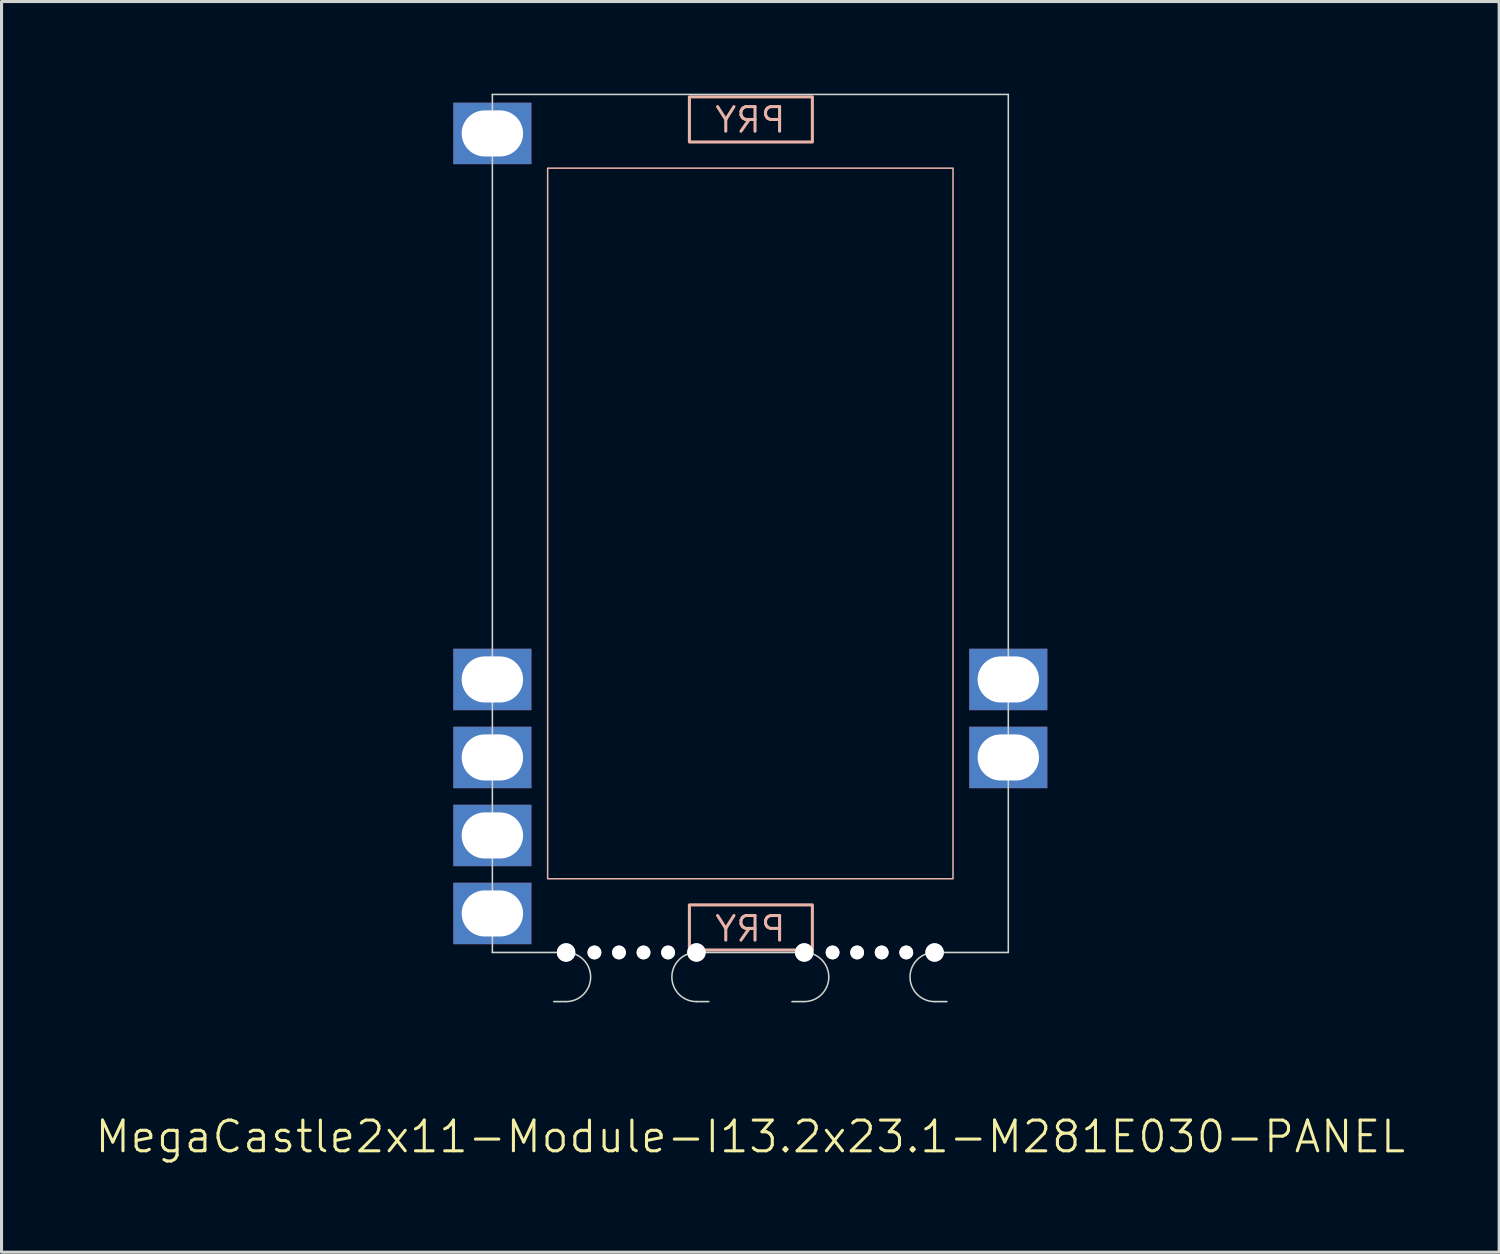
<source format=kicad_pcb>
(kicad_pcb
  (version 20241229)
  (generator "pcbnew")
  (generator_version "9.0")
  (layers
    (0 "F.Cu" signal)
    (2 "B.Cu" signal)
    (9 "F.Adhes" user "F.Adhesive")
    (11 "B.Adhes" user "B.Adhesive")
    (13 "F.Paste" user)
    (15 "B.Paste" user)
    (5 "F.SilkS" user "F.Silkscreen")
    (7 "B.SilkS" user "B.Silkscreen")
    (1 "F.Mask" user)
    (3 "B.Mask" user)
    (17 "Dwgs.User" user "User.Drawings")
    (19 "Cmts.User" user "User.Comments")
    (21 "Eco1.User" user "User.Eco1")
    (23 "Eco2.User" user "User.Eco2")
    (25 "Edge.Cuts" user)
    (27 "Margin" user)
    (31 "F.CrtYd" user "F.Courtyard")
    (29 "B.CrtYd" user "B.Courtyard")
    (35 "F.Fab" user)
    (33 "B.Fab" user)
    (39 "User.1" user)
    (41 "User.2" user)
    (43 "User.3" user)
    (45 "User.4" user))
  (footprint "MegaCastle2x11-Module-I13.2x23.1-M281E030-PANEL"
    (layer "F.Cu")
    (at 21.383 13.995)
    (property "Reference" "MegaCastle2x11-Module-I13.2x23.1-M281E030-PANEL" (at 0 19.97 0) (unlocked yes) (layer "F.SilkS") (effects (font (size 1 1) (thickness 0.1))))
    (attr smd)
    (fp_rect (start -6.6 11.57) (end 6.6 -11.57) (stroke (width 0.05) (type default)) (fill no) (layer "B.SilkS"))
    (fp_rect (start -1.984 -12.421) (end 2.02 -13.89) (stroke (width 0.1) (type default)) (fill no) (layer "B.SilkS"))
    (fp_rect (start -1.984 12.421) (end 2.02 13.89) (stroke (width 0.1) (type default)) (fill no) (layer "B.SilkS"))
    (fp_line (start -8.4 -13.97) (end -8.4 13.97) (stroke (width 0.05) (type default)) (layer "Edge.Cuts"))
    (fp_line (start -8.4 -13.97) (end 8.4 -13.97) (stroke (width 0.05) (type default)) (layer "Edge.Cuts"))
    (fp_line (start -8.4 13.97) (end -6.4 13.97) (stroke (width 0.05) (type default)) (layer "Edge.Cuts"))
    (fp_line (start -6.4 13.97) (end -6 13.97) (stroke (width 0.05) (type default)) (layer "Edge.Cuts"))
    (fp_line (start -6.4 15.57) (end -6 15.57) (stroke (width 0.05) (type default)) (layer "Edge.Cuts"))
    (fp_line (start -1.355 13.97) (end -1.755 13.97) (stroke (width 0.05) (type default)) (layer "Edge.Cuts"))
    (fp_line (start -1.355 13.97) (end 1.355 13.97) (stroke (width 0.05) (type default)) (layer "Edge.Cuts"))
    (fp_line (start -1.355 15.57) (end -1.755 15.57) (stroke (width 0.05) (type default)) (layer "Edge.Cuts"))
    (fp_line (start 1.355 13.97) (end 1.755 13.97) (stroke (width 0.05) (type default)) (layer "Edge.Cuts"))
    (fp_line (start 1.355 15.57) (end 1.755 15.57) (stroke (width 0.05) (type default)) (layer "Edge.Cuts"))
    (fp_line (start 6.4 13.97) (end 6 13.97) (stroke (width 0.05) (type default)) (layer "Edge.Cuts"))
    (fp_line (start 6.4 13.97) (end 8.4 13.97) (stroke (width 0.05) (type default)) (layer "Edge.Cuts"))
    (fp_line (start 6.4 15.57) (end 6 15.57) (stroke (width 0.05) (type default)) (layer "Edge.Cuts"))
    (fp_line (start 8.4 -13.97) (end 8.4 13.97) (stroke (width 0.05) (type default)) (layer "Edge.Cuts"))
    (fp_arc (start -6 13.97) (mid -5.2 14.77) (end -6 15.57) (stroke (width 0.05) (type default)) (layer "Edge.Cuts"))
    (fp_arc (start -1.755 15.57) (mid -2.555 14.77) (end -1.755 13.97) (stroke (width 0.05) (type default)) (layer "Edge.Cuts"))
    (fp_arc (start 1.755 13.97) (mid 2.555 14.77) (end 1.755 15.57) (stroke (width 0.05) (type default)) (layer "Edge.Cuts"))
    (fp_arc (start 6 15.57) (mid 5.2 14.77) (end 6 13.97) (stroke (width 0.05) (type default)) (layer "Edge.Cuts"))
    (fp_text user "PRY" (at 0 13.67 0) (unlocked yes) (layer "B.SilkS") (effects (font (size 0.8 0.8) (thickness 0.1)) (justify bottom mirror)))
    (fp_text user "PRY" (at 0 -12.67 0) (unlocked yes) (layer "B.SilkS") (effects (font (size 0.8 0.8) (thickness 0.1)) (justify bottom mirror)))
    (pad "" np_thru_hole circle (at -6 13.97) (size 0.6 0.6) (drill 0.6) (layers "*.Cu" "Edge.Cuts"))
    (pad "" np_thru_hole circle (at -5.077 13.97) (size 0.45 0.45) (drill 0.45) (layers "*.Cu" "Edge.Cuts"))
    (pad "" np_thru_hole circle (at -4.277 13.97) (size 0.45 0.45) (drill 0.45) (layers "*.Cu" "Edge.Cuts"))
    (pad "" np_thru_hole circle (at -3.478 13.97) (size 0.45 0.45) (drill 0.45) (layers "*.Cu" "Edge.Cuts"))
    (pad "" np_thru_hole circle (at -2.678 13.97) (size 0.45 0.45) (drill 0.45) (layers "*.Cu" "Edge.Cuts"))
    (pad "" np_thru_hole circle (at -1.755 13.97) (size 0.6 0.6) (drill 0.6) (layers "*.Cu" "Edge.Cuts"))
    (pad "" np_thru_hole circle (at 1.755 13.97) (size 0.6 0.6) (drill 0.6) (layers "*.Cu" "Edge.Cuts"))
    (pad "" np_thru_hole circle (at 2.678 13.97) (size 0.45 0.45) (drill 0.45) (layers "*.Cu" "Edge.Cuts"))
    (pad "" np_thru_hole circle (at 3.478 13.97) (size 0.45 0.45) (drill 0.45) (layers "*.Cu" "Edge.Cuts"))
    (pad "" np_thru_hole circle (at 4.277 13.97) (size 0.45 0.45) (drill 0.45) (layers "*.Cu" "Edge.Cuts"))
    (pad "" np_thru_hole circle (at 5.077 13.97) (size 0.45 0.45) (drill 0.45) (layers "*.Cu" "Edge.Cuts"))
    (pad "" np_thru_hole circle (at 6 13.97) (size 0.6 0.6) (drill 0.6) (layers "*.Cu" "Edge.Cuts"))
    (pad "1" thru_hole rect (at -8.4 -12.7) (size 2.54 2) (drill oval 2 1.5) (property pad_prop_castellated) (layers "*.Cu" "*.Mask"))
    (pad "8" thru_hole rect (at -8.4 5.08) (size 2.54 2) (drill oval 2 1.5) (property pad_prop_castellated) (layers "*.Cu" "*.Mask"))
    (pad "9" thru_hole rect (at -8.4 7.62) (size 2.54 2) (drill oval 2 1.5) (property pad_prop_castellated) (layers "*.Cu" "*.Mask"))
    (pad "10" thru_hole rect (at -8.4 10.16) (size 2.54 2) (drill oval 2 1.5) (property pad_prop_castellated) (layers "*.Cu" "*.Mask"))
    (pad "11" thru_hole rect (at -8.4 12.7) (size 2.54 2) (drill oval 2 1.5) (property pad_prop_castellated) (layers "*.Cu" "*.Mask"))
    (pad "19" thru_hole rect (at 8.4 5.08) (size 2.54 2) (drill oval 2 1.5) (property pad_prop_castellated) (layers "*.Cu" "*.Mask"))
    (pad "20" thru_hole rect (at 8.4 7.62) (size 2.54 2) (drill oval 2 1.5) (property pad_prop_castellated) (layers "*.Cu" "*.Mask"))
    (zone (net_name "") (layer "B.Cu") (hatch edge 0.5) (connect_pads) (min_thickness 0.25) (filled_areas_thickness no) (keepout (tracks allowed) (vias allowed) (pads allowed) (copperpour allowed) (footprints not_allowed)) (placement (enabled no)) (fill) (polygon (pts (xy 12.983 27.965) (xy 12.983 0.025) (xy 14.783 0.025) (xy 14.783 27.965))))
    (zone (net_name "") (layer "B.Cu") (hatch edge 0.5) (connect_pads) (min_thickness 0.25) (filled_areas_thickness no) (keepout (tracks allowed) (vias allowed) (pads allowed) (copperpour allowed) (footprints not_allowed)) (placement (enabled no)) (fill) (polygon (pts (xy 14.783 0.025) (xy 14.783 2.425) (xy 27.983 2.425) (xy 27.983 0.025))))
    (zone (net_name "") (layer "B.Cu") (hatch edge 0.5) (connect_pads) (min_thickness 0.25) (filled_areas_thickness no) (keepout (tracks allowed) (vias allowed) (pads allowed) (copperpour allowed) (footprints not_allowed)) (placement (enabled no)) (fill) (polygon (pts (xy 14.783 27.965) (xy 14.783 25.565) (xy 27.983 25.565) (xy 27.983 27.965))))
    (zone (net_name "") (layer "B.Cu") (name "Upper Pry Zone") (hatch edge 0.5) (connect_pads) (min_thickness 0.25) (filled_areas_thickness no) (keepout (tracks not_allowed) (vias not_allowed) (pads not_allowed) (copperpour allowed) (footprints not_allowed)) (placement (enabled no)) (fill) (polygon (pts (xy 19.399 1.574) (xy 19.399 0.105) (xy 23.403 0.105) (xy 23.403 1.574))))
    (zone (net_name "") (layer "B.Cu") (name "Upper Pry Zone") (hatch edge 0.5) (connect_pads) (min_thickness 0.25) (filled_areas_thickness no) (keepout (tracks not_allowed) (vias not_allowed) (pads not_allowed) (copperpour allowed) (footprints not_allowed)) (placement (enabled no)) (fill) (polygon (pts (xy 19.399 26.416) (xy 19.399 27.885) (xy 23.403 27.885) (xy 23.403 26.416))))
    (zone (net_name "") (layer "B.Cu") (hatch edge 0.5) (connect_pads) (min_thickness 0.25) (filled_areas_thickness no) (keepout (tracks allowed) (vias allowed) (pads allowed) (copperpour allowed) (footprints not_allowed)) (placement (enabled no)) (fill) (polygon (pts (xy 29.783 27.965) (xy 29.783 0.025) (xy 27.983 0.025) (xy 27.983 27.965)))))
  (gr_rect
    (start -3 -3)
    (end 45.767 37.725)
    (stroke (width 0.1) (type default))
    (fill no)
    (layer "Edge.Cuts")))
</source>
